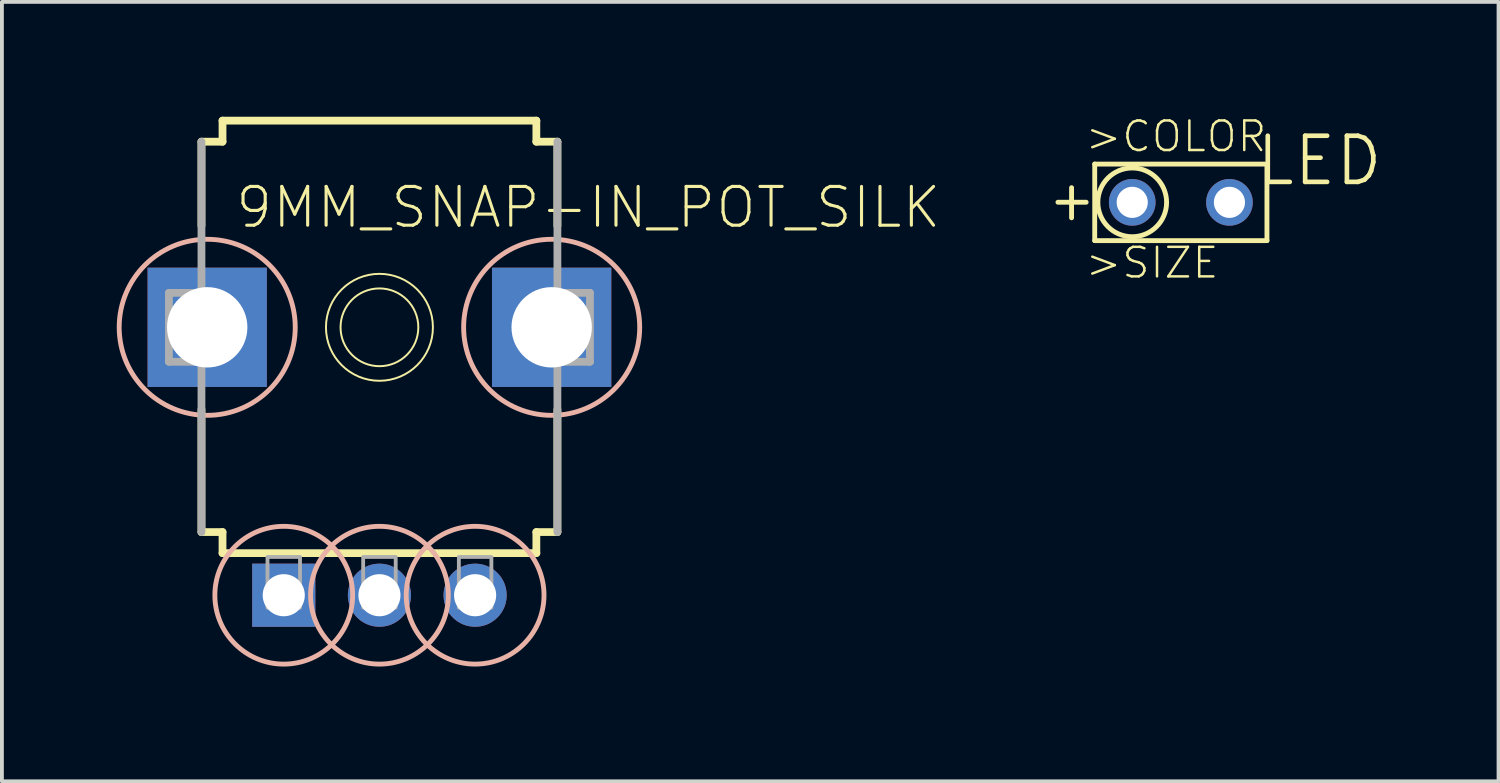
<source format=kicad_pcb>
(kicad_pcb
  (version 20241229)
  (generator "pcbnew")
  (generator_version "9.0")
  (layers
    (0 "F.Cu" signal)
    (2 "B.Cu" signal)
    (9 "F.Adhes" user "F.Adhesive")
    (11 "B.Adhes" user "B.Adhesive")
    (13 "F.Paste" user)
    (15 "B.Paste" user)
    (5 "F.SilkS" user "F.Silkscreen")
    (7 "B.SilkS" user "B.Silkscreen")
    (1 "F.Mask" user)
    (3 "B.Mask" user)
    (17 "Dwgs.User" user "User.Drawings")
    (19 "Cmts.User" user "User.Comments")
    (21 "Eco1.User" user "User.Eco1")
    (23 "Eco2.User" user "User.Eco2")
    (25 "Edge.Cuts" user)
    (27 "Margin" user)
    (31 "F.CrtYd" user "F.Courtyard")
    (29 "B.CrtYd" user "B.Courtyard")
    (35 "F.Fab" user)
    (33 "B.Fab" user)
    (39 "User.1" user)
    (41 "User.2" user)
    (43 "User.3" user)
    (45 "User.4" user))
  (footprint "9MM_SNAP-IN_POT_SILK"
    (layer "F.Cu")
    (at 6.864 5.502)
    (property "Reference" "9MM_SNAP-IN_POT_SILK" (at -3.81 -2.54 0) (layer "F.SilkS") (effects (font (size 1.013 1.013) (thickness 0.081)) (justify left bottom)))
    (attr through_hole)
    (fp_line (start -4.65 -2.65) (end -4.65 -4.85) (stroke (width 0.203) (type solid)) (layer "F.SilkS"))
    (fp_line (start -4.65 5.35) (end -4.65 2.15) (stroke (width 0.203) (type solid)) (layer "F.SilkS"))
    (fp_line (start -4.65 5.35) (end -4.1 5.35) (stroke (width 0.203) (type solid)) (layer "F.SilkS"))
    (fp_line (start -4.1 -5.4) (end -4.1 -4.85) (stroke (width 0.203) (type solid)) (layer "F.SilkS"))
    (fp_line (start -4.1 -5.4) (end 4.1 -5.4) (stroke (width 0.203) (type solid)) (layer "F.SilkS"))
    (fp_line (start -4.1 -4.85) (end -4.65 -4.85) (stroke (width 0.203) (type solid)) (layer "F.SilkS"))
    (fp_line (start -4.1 5.35) (end -4.1 5.9) (stroke (width 0.203) (type solid)) (layer "F.SilkS"))
    (fp_line (start 4.1 -4.85) (end 4.1 -5.4) (stroke (width 0.203) (type solid)) (layer "F.SilkS"))
    (fp_line (start 4.1 5.35) (end 4.65 5.35) (stroke (width 0.203) (type solid)) (layer "F.SilkS"))
    (fp_line (start 4.1 5.9) (end -4.1 5.9) (stroke (width 0.203) (type solid)) (layer "F.SilkS"))
    (fp_line (start 4.1 5.9) (end 4.1 5.35) (stroke (width 0.203) (type solid)) (layer "F.SilkS"))
    (fp_line (start 4.65 -4.85) (end 4.1 -4.85) (stroke (width 0.203) (type solid)) (layer "F.SilkS"))
    (fp_line (start 4.65 -4.85) (end 4.65 -2.65) (stroke (width 0.203) (type solid)) (layer "F.SilkS"))
    (fp_line (start 4.65 2.15) (end 4.65 5.35) (stroke (width 0.203) (type solid)) (layer "F.SilkS"))
    (fp_circle (center 0 0) (end 1.016 0) (stroke (width 0.051) (type solid)) (fill no) (layer "F.SilkS"))
    (fp_circle (center 0 0) (end 1.397 0) (stroke (width 0.051) (type solid)) (fill no) (layer "F.SilkS"))
    (fp_circle (center -4.5 0) (end -2.2 0) (stroke (width 0.127) (type solid)) (fill no) (layer "B.SilkS"))
    (fp_circle (center -2.5 7) (end -0.7 7) (stroke (width 0.127) (type solid)) (fill no) (layer "B.SilkS"))
    (fp_circle (center 0 7) (end 1.8 7) (stroke (width 0.127) (type solid)) (fill no) (layer "B.SilkS"))
    (fp_circle (center 2.5 7) (end 4.3 7) (stroke (width 0.127) (type solid)) (fill no) (layer "B.SilkS"))
    (fp_circle (center 4.5 0) (end 6.8 0) (stroke (width 0.127) (type solid)) (fill no) (layer "B.SilkS"))
    (fp_line (start -5.5 -0.9) (end -5.5 0.9) (stroke (width 0.203) (type solid)) (layer "F.Fab"))
    (fp_line (start -5.5 0.9) (end -4.75 0.9) (stroke (width 0.203) (type solid)) (layer "F.Fab"))
    (fp_line (start -4.75 -0.9) (end -5.5 -0.9) (stroke (width 0.203) (type solid)) (layer "F.Fab"))
    (fp_line (start -4.65 5.35) (end -4.65 -4.85) (stroke (width 0.203) (type solid)) (layer "F.Fab"))
    (fp_line (start 4.65 -4.85) (end 4.65 5.35) (stroke (width 0.203) (type solid)) (layer "F.Fab"))
    (fp_line (start 4.75 0.9) (end 5.5 0.9) (stroke (width 0.203) (type solid)) (layer "F.Fab"))
    (fp_line (start 5.5 -0.9) (end 4.75 -0.9) (stroke (width 0.203) (type solid)) (layer "F.Fab"))
    (fp_line (start 5.5 0.9) (end 5.5 -0.9) (stroke (width 0.203) (type solid)) (layer "F.Fab"))
    (fp_poly (pts (xy -2.925 7.325) (xy -2.075 7.325) (xy -2.075 6) (xy -2.925 6)) (stroke (width 0.1) (type solid)) (fill no) (layer "F.Fab"))
    (fp_poly (pts (xy -0.425 7.325) (xy 0.425 7.325) (xy 0.425 6) (xy -0.425 6)) (stroke (width 0.1) (type solid)) (fill no) (layer "F.Fab"))
    (fp_poly (pts (xy 2.075 7.325) (xy 2.925 7.325) (xy 2.925 6) (xy 2.075 6)) (stroke (width 0.1) (type solid)) (fill no) (layer "F.Fab"))
    (pad "1" thru_hole rect (at -2.5 7 270) (size 1.65 1.65) (drill 1.1) (layers "*.Cu" "*.Mask"))
    (pad "2" thru_hole circle (at 0 7 270) (size 1.65 1.65) (drill 1.1) (layers "*.Cu" "*.Mask"))
    (pad "3" thru_hole circle (at 2.5 7 270) (size 1.65 1.65) (drill 1.1) (layers "*.Cu" "*.Mask"))
    (pad "CHASSIS1" thru_hole rect (at -4.5 0 270) (size 3.116 3.116) (drill 2.1) (layers "*.Cu" "*.Mask"))
    (pad "CHASSIS2" thru_hole rect (at 4.5 0 270) (size 3.116 3.116) (drill 2.1) (layers "*.Cu" "*.Mask")))
  (footprint "LED"
    (layer "F.Cu")
    (at 27.803 2.237)
    (property "Reference" "LED" (at 1.905 -0.381 180) (layer "F.SilkS") (effects (font (size 1.206 1.206) (thickness 0.121)) (justify left bottom)))
    (attr through_hole)
    (fp_line (start -3.211 -0.003) (end -2.474 -0.003) (stroke (width 0.127) (type solid)) (layer "F.SilkS"))
    (fp_line (start -2.855 0.404) (end -2.855 -0.384) (stroke (width 0.127) (type solid)) (layer "F.SilkS"))
    (fp_line (start -2.25 -1) (end 2.25 -1) (stroke (width 0.127) (type solid)) (layer "F.SilkS"))
    (fp_line (start -2.25 1) (end -2.25 -1) (stroke (width 0.127) (type solid)) (layer "F.SilkS"))
    (fp_line (start 2.25 -1) (end 2.25 1) (stroke (width 0.127) (type solid)) (layer "F.SilkS"))
    (fp_line (start 2.25 1) (end -2.25 1) (stroke (width 0.127) (type solid)) (layer "F.SilkS"))
    (fp_circle (center -1.27 0) (end -0.372 0) (stroke (width 0.127) (type solid)) (fill no) (layer "F.SilkS"))
    (fp_text user ">SIZE" (at -2.54 2.032 0) (layer "F.SilkS") (effects (font (size 0.772 0.772) (thickness 0.065)) (justify left bottom)))
    (fp_text user ">COLOR" (at -2.54 -1.27 0) (layer "F.SilkS") (effects (font (size 0.772 0.772) (thickness 0.065)) (justify left bottom)))
    (pad "A" thru_hole circle (at -1.27 0) (size 1.219 1.219) (drill 0.813) (layers "*.Cu" "*.Mask"))
    (pad "K" thru_hole circle (at 1.27 0) (size 1.219 1.219) (drill 0.813) (layers "*.Cu" "*.Mask")))
  (gr_rect
    (start -3 -3)
    (end 36.104 17.365)
    (stroke (width 0.1) (type default))
    (fill no)
    (layer "Edge.Cuts")))
</source>
